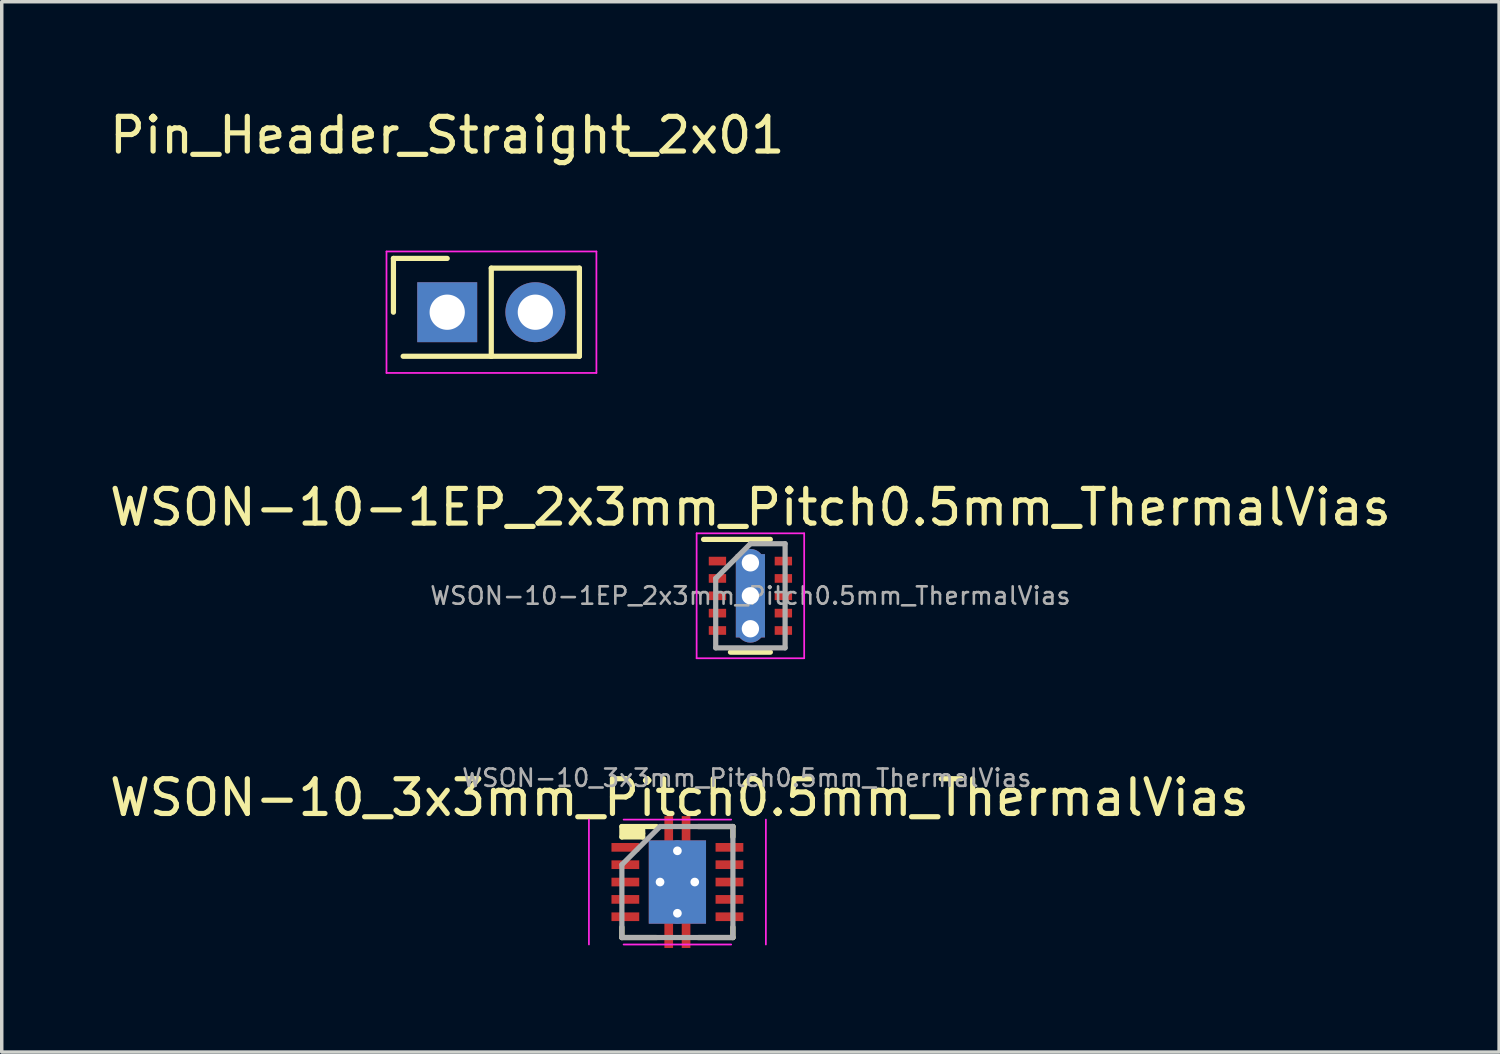
<source format=kicad_pcb>
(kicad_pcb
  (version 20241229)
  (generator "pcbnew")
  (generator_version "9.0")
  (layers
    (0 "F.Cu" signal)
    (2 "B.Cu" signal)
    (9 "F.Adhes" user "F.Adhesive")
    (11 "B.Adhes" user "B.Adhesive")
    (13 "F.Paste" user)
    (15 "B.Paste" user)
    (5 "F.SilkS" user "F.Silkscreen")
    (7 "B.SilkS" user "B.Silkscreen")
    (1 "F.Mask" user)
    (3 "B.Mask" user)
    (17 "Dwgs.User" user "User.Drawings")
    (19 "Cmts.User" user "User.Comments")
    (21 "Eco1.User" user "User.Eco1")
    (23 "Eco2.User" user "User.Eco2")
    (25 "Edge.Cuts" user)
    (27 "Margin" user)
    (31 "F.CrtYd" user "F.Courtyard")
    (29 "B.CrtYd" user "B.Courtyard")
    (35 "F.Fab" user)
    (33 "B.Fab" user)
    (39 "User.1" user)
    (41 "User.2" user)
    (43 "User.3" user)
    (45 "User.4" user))
  (footprint "Pin_Header_Straight_2x01"
    (layer "F.Cu")
    (at 9.839 5.948)
    (property "Reference" "Pin_Header_Straight_2x01" (at 0 -5.1 0) (layer "F.SilkS") (effects (font (size 1 1) (thickness 0.15))))
    (attr through_hole)
    (fp_line (start -1.55 0) (end -1.55 -1.55) (stroke (width 0.15) (type solid)) (layer "F.SilkS"))
    (fp_line (start -1.27 1.27) (end 1.27 1.27) (stroke (width 0.15) (type solid)) (layer "F.SilkS"))
    (fp_line (start 0 -1.55) (end -1.55 -1.55) (stroke (width 0.15) (type solid)) (layer "F.SilkS"))
    (fp_line (start 1.27 -1.27) (end 1.27 1.27) (stroke (width 0.15) (type solid)) (layer "F.SilkS"))
    (fp_line (start 1.27 1.27) (end 3.81 1.27) (stroke (width 0.15) (type solid)) (layer "F.SilkS"))
    (fp_line (start 3.81 -1.27) (end 1.27 -1.27) (stroke (width 0.15) (type solid)) (layer "F.SilkS"))
    (fp_line (start 3.81 1.27) (end 3.81 -1.27) (stroke (width 0.15) (type solid)) (layer "F.SilkS"))
    (fp_line (start -1.75 -1.75) (end -1.75 1.75) (stroke (width 0.05) (type solid)) (layer "F.CrtYd"))
    (fp_line (start -1.75 -1.75) (end 4.3 -1.75) (stroke (width 0.05) (type solid)) (layer "F.CrtYd"))
    (fp_line (start -1.75 1.75) (end 4.3 1.75) (stroke (width 0.05) (type solid)) (layer "F.CrtYd"))
    (fp_line (start 4.3 -1.75) (end 4.3 1.75) (stroke (width 0.05) (type solid)) (layer "F.CrtYd"))
    (pad "1" thru_hole rect (at 0 0) (size 1.727 1.727) (drill 1.016) (layers "*.Cu" "*.Mask"))
    (pad "2" thru_hole oval (at 2.54 0) (size 1.727 1.727) (drill 1.016) (layers "*.Cu" "*.Mask")))
  (footprint "WSON-10_3x3mm_Pitch0.5mm_ThermalVias"
    (layer "F.Cu")
    (at 16.473 22.371)
    (property "Reference" "WSON-10_3x3mm_Pitch0.5mm_ThermalVias" (at 0.057 -2.432 0) (layer "F.SilkS") (effects (font (size 1 1) (thickness 0.15))))
    (attr smd)
    (fp_line (start -1.6 -1.6) (end -1.6 -1.3) (stroke (width 0.15) (type solid)) (layer "F.SilkS"))
    (fp_line (start -1.6 -1.6) (end -0.6 -1.6) (stroke (width 0.15) (type solid)) (layer "F.SilkS"))
    (fp_line (start -1.6 -1.3) (end -1 -1.3) (stroke (width 0.15) (type solid)) (layer "F.SilkS"))
    (fp_line (start -1.6 1.6) (end -1.6 1.3) (stroke (width 0.15) (type solid)) (layer "F.SilkS"))
    (fp_line (start -1.6 1.6) (end -0.6 1.6) (stroke (width 0.15) (type solid)) (layer "F.SilkS"))
    (fp_line (start -1.5 -1.5) (end -1.1 -1.5) (stroke (width 0.15) (type solid)) (layer "F.SilkS"))
    (fp_line (start -1.5 -1.4) (end -1.5 -1.5) (stroke (width 0.15) (type solid)) (layer "F.SilkS"))
    (fp_line (start -1 -1.4) (end -1.5 -1.4) (stroke (width 0.15) (type solid)) (layer "F.SilkS"))
    (fp_line (start -1 -1.3) (end -1 -1.5) (stroke (width 0.15) (type solid)) (layer "F.SilkS"))
    (fp_line (start 0.6 -1.6) (end 1.6 -1.6) (stroke (width 0.15) (type solid)) (layer "F.SilkS"))
    (fp_line (start 0.6 1.6) (end 1.6 1.6) (stroke (width 0.15) (type solid)) (layer "F.SilkS"))
    (fp_line (start 1.6 -1.6) (end 1.6 -1.3) (stroke (width 0.15) (type solid)) (layer "F.SilkS"))
    (fp_line (start 1.6 1.6) (end 1.6 1.3) (stroke (width 0.15) (type solid)) (layer "F.SilkS"))
    (fp_line (start -2.55 -1.8) (end -2.55 1.8) (stroke (width 0.05) (type solid)) (layer "F.CrtYd"))
    (fp_line (start -1.55 -1.8) (end 1.55 -1.8) (stroke (width 0.05) (type solid)) (layer "F.CrtYd"))
    (fp_line (start -1.55 1.8) (end 1.55 1.8) (stroke (width 0.05) (type solid)) (layer "F.CrtYd"))
    (fp_line (start 2.55 -1.8) (end 2.55 1.8) (stroke (width 0.05) (type solid)) (layer "F.CrtYd"))
    (fp_line (start -1.6 -0.5) (end -1.6 1.6) (stroke (width 0.15) (type solid)) (layer "F.Fab"))
    (fp_line (start -1.6 -0.5) (end -0.5 -1.6) (stroke (width 0.15) (type solid)) (layer "F.Fab"))
    (fp_line (start -1.6 1.6) (end 1.6 1.6) (stroke (width 0.15) (type solid)) (layer "F.Fab"))
    (fp_line (start -0.5 -1.6) (end 1.6 -1.6) (stroke (width 0.15) (type solid)) (layer "F.Fab"))
    (fp_line (start 1.6 -1.6) (end 1.6 1.6) (stroke (width 0.15) (type solid)) (layer "F.Fab"))
    (fp_text user "${REFERENCE}" (at 2 -3 0) (layer "F.Fab") (effects (font (size 0.5 0.5) (thickness 0.075))))
    (pad "1" smd rect (at -1.5 -1) (size 0.8 0.25) (layers "F.Cu" "F.Mask" "F.Paste"))
    (pad "2" smd rect (at -1.5 -0.5) (size 0.8 0.25) (layers "F.Cu" "F.Mask" "F.Paste"))
    (pad "3" smd rect (at -1.5 0) (size 0.8 0.25) (layers "F.Cu" "F.Mask" "F.Paste"))
    (pad "4" smd rect (at -1.5 0.5) (size 0.8 0.25) (layers "F.Cu" "F.Mask" "F.Paste"))
    (pad "4" thru_hole circle (at -0.5 0) (size 0.6 0.6) (drill 0.25) (layers "*.Cu" "*.Mask"))
    (pad "4" smd rect (at -0.25 0) (size 0.25 3.8) (layers "F.Cu" "F.Mask" "F.Paste"))
    (pad "4" thru_hole circle (at 0 -0.9) (size 0.6 0.6) (drill 0.25) (layers "*.Cu" "*.Mask"))
    (pad "4" smd rect (at 0 0) (size 1.65 2.4) (layers "F.Cu" "F.Mask" "F.Paste"))
    (pad "4" smd rect (at 0 0) (size 1.65 2.4) (layers "F.Mask" "B.Cu" "F.Paste"))
    (pad "4" thru_hole circle (at 0 0.9) (size 0.6 0.6) (drill 0.25) (layers "*.Cu" "*.Mask"))
    (pad "4" smd rect (at 0.25 0) (size 0.25 3.8) (layers "F.Cu" "F.Mask" "F.Paste"))
    (pad "4" thru_hole circle (at 0.5 0) (size 0.6 0.6) (drill 0.25) (layers "*.Cu" "*.Mask"))
    (pad "5" smd rect (at -1.5 1) (size 0.8 0.25) (layers "F.Cu" "F.Mask" "F.Paste"))
    (pad "6" smd rect (at 1.5 1) (size 0.8 0.25) (layers "F.Cu" "F.Mask" "F.Paste"))
    (pad "7" smd rect (at 1.5 0.5) (size 0.8 0.25) (layers "F.Cu" "F.Mask" "F.Paste"))
    (pad "8" smd rect (at 1.5 0) (size 0.8 0.25) (layers "F.Cu" "F.Mask" "F.Paste"))
    (pad "9" smd rect (at 1.5 -0.5) (size 0.8 0.25) (layers "F.Cu" "F.Mask" "F.Paste"))
    (pad "10" smd rect (at 1.5 -1) (size 0.8 0.25) (layers "F.Cu" "F.Mask" "F.Paste")))
  (footprint "WSON-10-1EP_2x3mm_Pitch0.5mm_ThermalVias"
    (layer "F.Cu")
    (at 18.577 14.121)
    (property "Reference" "WSON-10-1EP_2x3mm_Pitch0.5mm_ThermalVias" (at 0 -2.55 0) (layer "F.SilkS") (effects (font (size 1 1) (thickness 0.15))))
    (attr smd)
    (fp_line (start -1.35 -1.625) (end 0.575 -1.625) (stroke (width 0.15) (type solid)) (layer "F.SilkS"))
    (fp_line (start -0.575 1.625) (end 0.575 1.625) (stroke (width 0.15) (type solid)) (layer "F.SilkS"))
    (fp_line (start -1.55 -1.8) (end -1.55 1.8) (stroke (width 0.05) (type solid)) (layer "F.CrtYd"))
    (fp_line (start -1.55 -1.8) (end 1.55 -1.8) (stroke (width 0.05) (type solid)) (layer "F.CrtYd"))
    (fp_line (start -1.55 1.8) (end 1.55 1.8) (stroke (width 0.05) (type solid)) (layer "F.CrtYd"))
    (fp_line (start 1.55 -1.8) (end 1.55 1.8) (stroke (width 0.05) (type solid)) (layer "F.CrtYd"))
    (fp_line (start -1 -0.5) (end 0 -1.5) (stroke (width 0.15) (type solid)) (layer "F.Fab"))
    (fp_line (start -1 1.5) (end -1 -0.5) (stroke (width 0.15) (type solid)) (layer "F.Fab"))
    (fp_line (start 0 -1.5) (end 1 -1.5) (stroke (width 0.15) (type solid)) (layer "F.Fab"))
    (fp_line (start 1 -1.5) (end 1 1.5) (stroke (width 0.15) (type solid)) (layer "F.Fab"))
    (fp_line (start 1 1.5) (end -1 1.5) (stroke (width 0.15) (type solid)) (layer "F.Fab"))
    (fp_text user "${REFERENCE}" (at 0 0 0) (layer "F.Fab") (effects (font (size 0.5 0.5) (thickness 0.075))))
    (pad "1" smd rect (at -0.95 -1) (size 0.5 0.25) (layers "F.Cu" "F.Mask" "F.Paste"))
    (pad "2" smd rect (at -0.95 -0.5) (size 0.5 0.25) (layers "F.Cu" "F.Mask" "F.Paste"))
    (pad "3" smd rect (at -0.95 0) (size 0.5 0.25) (layers "F.Cu" "F.Mask" "F.Paste"))
    (pad "4" smd rect (at -0.95 0.5) (size 0.5 0.25) (layers "F.Cu" "F.Mask" "F.Paste"))
    (pad "4" thru_hole circle (at 0 -0.95) (size 0.8 0.8) (drill 0.5) (layers "*.Cu"))
    (pad "4" smd rect (at 0 -0.6) (size 0.84 1.2) (layers "F.Cu" "F.Mask" "F.Paste"))
    (pad "4" thru_hole circle (at 0 0) (size 0.8 0.8) (drill 0.5) (layers "*.Cu"))
    (pad "4" smd rect (at 0 0) (size 0.84 2.4) (layers "B.Cu"))
    (pad "4" smd rect (at 0 0.6) (size 0.84 1.2) (layers "F.Cu" "F.Mask" "F.Paste"))
    (pad "4" thru_hole circle (at 0 0.95) (size 0.8 0.8) (drill 0.5) (layers "*.Cu"))
    (pad "5" smd rect (at -0.95 1) (size 0.5 0.25) (layers "F.Cu" "F.Mask" "F.Paste"))
    (pad "6" smd rect (at 0.95 1) (size 0.5 0.25) (layers "F.Cu" "F.Mask" "F.Paste"))
    (pad "7" smd rect (at 0.95 0.5) (size 0.5 0.25) (layers "F.Cu" "F.Mask" "F.Paste"))
    (pad "8" smd rect (at 0.95 0) (size 0.5 0.25) (layers "F.Cu" "F.Mask" "F.Paste"))
    (pad "9" smd rect (at 0.95 -0.5) (size 0.5 0.25) (layers "F.Cu" "F.Mask" "F.Paste"))
    (pad "10" smd rect (at 0.95 -1) (size 0.5 0.25) (layers "F.Cu" "F.Mask" "F.Paste")))
  (gr_rect
    (start -3 -3)
    (end 40.155 27.271)
    (stroke (width 0.1) (type default))
    (fill no)
    (layer "Edge.Cuts")))
</source>
